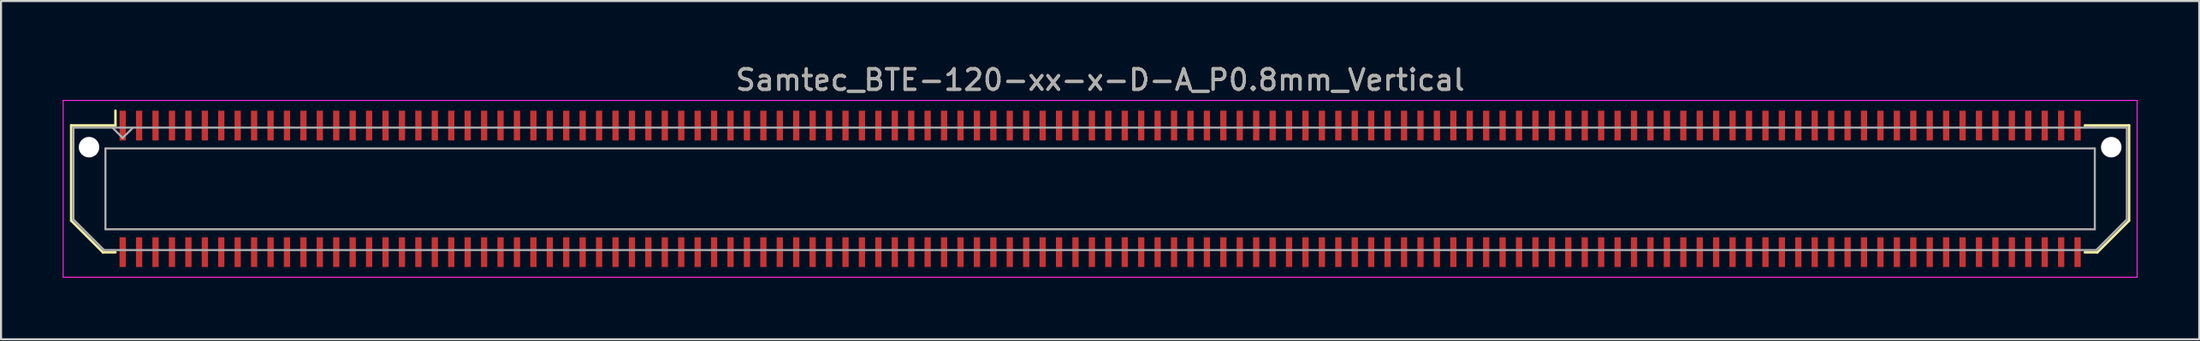
<source format=kicad_pcb>
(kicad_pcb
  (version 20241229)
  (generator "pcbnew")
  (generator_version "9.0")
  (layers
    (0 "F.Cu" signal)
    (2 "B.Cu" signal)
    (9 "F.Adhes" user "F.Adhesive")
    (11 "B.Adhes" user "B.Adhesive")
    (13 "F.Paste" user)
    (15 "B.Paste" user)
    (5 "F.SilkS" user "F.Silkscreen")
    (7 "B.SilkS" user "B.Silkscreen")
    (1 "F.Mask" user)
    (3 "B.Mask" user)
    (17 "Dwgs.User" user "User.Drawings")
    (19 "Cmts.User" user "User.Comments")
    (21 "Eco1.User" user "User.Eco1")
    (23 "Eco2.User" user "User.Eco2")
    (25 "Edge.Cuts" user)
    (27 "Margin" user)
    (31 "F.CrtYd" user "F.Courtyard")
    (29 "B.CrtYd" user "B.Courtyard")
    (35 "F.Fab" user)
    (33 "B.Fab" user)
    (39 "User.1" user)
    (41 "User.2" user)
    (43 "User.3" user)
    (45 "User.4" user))
  (footprint "Samtec_BTE-120-xx-x-D-A_P0.8mm_Vertical"
    (layer "F.Cu")
    (at 50.525 6.158)
    (property "Reference" "Samtec_BTE-120-xx-x-D-A_P0.8mm_Vertical" (at 0 -5.31 0) (layer "F.SilkS") (effects (font (size 1 1) (thickness 0.15))))
    (attr smd)
    (fp_line (start -50.11 -3.095) (end -50.11 1.548) (stroke (width 0.12) (type solid)) (layer "F.SilkS"))
    (fp_line (start -50.11 1.548) (end -48.562 3.095) (stroke (width 0.12) (type solid)) (layer "F.SilkS"))
    (fp_line (start -48.562 3.095) (end -47.953 3.095) (stroke (width 0.12) (type solid)) (layer "F.SilkS"))
    (fp_line (start -47.953 -3.811) (end -47.953 -3.095) (stroke (width 0.12) (type solid)) (layer "F.SilkS"))
    (fp_line (start -47.953 -3.095) (end -50.11 -3.095) (stroke (width 0.12) (type solid)) (layer "F.SilkS"))
    (fp_line (start 47.953 -3.095) (end 50.11 -3.095) (stroke (width 0.12) (type solid)) (layer "F.SilkS"))
    (fp_line (start 48.562 3.095) (end 47.953 3.095) (stroke (width 0.12) (type solid)) (layer "F.SilkS"))
    (fp_line (start 50.11 -3.095) (end 50.11 1.548) (stroke (width 0.12) (type solid)) (layer "F.SilkS"))
    (fp_line (start 50.11 1.548) (end 48.562 3.095) (stroke (width 0.12) (type solid)) (layer "F.SilkS"))
    (fp_line (start -50.5 -4.31) (end -50.5 4.31) (stroke (width 0.05) (type solid)) (layer "F.CrtYd"))
    (fp_line (start -50.5 4.31) (end 50.5 4.31) (stroke (width 0.05) (type solid)) (layer "F.CrtYd"))
    (fp_line (start 50.5 -4.31) (end -50.5 -4.31) (stroke (width 0.05) (type solid)) (layer "F.CrtYd"))
    (fp_line (start 50.5 4.31) (end 50.5 -4.31) (stroke (width 0.05) (type solid)) (layer "F.CrtYd"))
    (fp_line (start -50 -2.985) (end -50 1.492) (stroke (width 0.1) (type solid)) (layer "F.Fab"))
    (fp_line (start -50 -2.985) (end 50 -2.985) (stroke (width 0.1) (type solid)) (layer "F.Fab"))
    (fp_line (start -50 1.492) (end -48.508 2.985) (stroke (width 0.1) (type solid)) (layer "F.Fab"))
    (fp_line (start -48.508 2.985) (end 48.508 2.985) (stroke (width 0.1) (type solid)) (layer "F.Fab"))
    (fp_line (start -48.44 -1.97) (end -48.44 1.97) (stroke (width 0.1) (type solid)) (layer "F.Fab"))
    (fp_line (start -48.44 1.97) (end 48.44 1.97) (stroke (width 0.1) (type solid)) (layer "F.Fab"))
    (fp_line (start -47.6 -2.485) (end -48.1 -2.985) (stroke (width 0.1) (type solid)) (layer "F.Fab"))
    (fp_line (start -47.1 -2.985) (end -47.6 -2.485) (stroke (width 0.1) (type solid)) (layer "F.Fab"))
    (fp_line (start 48.44 -1.97) (end -48.44 -1.97) (stroke (width 0.1) (type solid)) (layer "F.Fab"))
    (fp_line (start 48.44 1.97) (end 48.44 -1.97) (stroke (width 0.1) (type solid)) (layer "F.Fab"))
    (fp_line (start 50 -2.985) (end 50 1.492) (stroke (width 0.1) (type solid)) (layer "F.Fab"))
    (fp_line (start 50 1.492) (end 48.508 2.985) (stroke (width 0.1) (type solid)) (layer "F.Fab"))
    (fp_text user "${REFERENCE}" (at 0 -5.31 0) (layer "F.Fab") (effects (font (size 1 1) (thickness 0.15))))
    (pad "" np_thru_hole circle (at -49.24 -2.032) (size 1 1) (drill 1) (layers "*.Cu" "*.Mask"))
    (pad "" np_thru_hole circle (at 49.24 -2.032) (size 1 1) (drill 1) (layers "*.Cu" "*.Mask"))
    (pad "1" smd rect (at -47.6 -3.086) (size 0.305 1.45) (layers "F.Cu" "F.Mask" "F.Paste"))
    (pad "2" smd rect (at -47.6 3.086) (size 0.305 1.45) (layers "F.Cu" "F.Mask" "F.Paste"))
    (pad "3" smd rect (at -46.8 -3.086) (size 0.305 1.45) (layers "F.Cu" "F.Mask" "F.Paste"))
    (pad "4" smd rect (at -46.8 3.086) (size 0.305 1.45) (layers "F.Cu" "F.Mask" "F.Paste"))
    (pad "5" smd rect (at -46 -3.086) (size 0.305 1.45) (layers "F.Cu" "F.Mask" "F.Paste"))
    (pad "6" smd rect (at -46 3.086) (size 0.305 1.45) (layers "F.Cu" "F.Mask" "F.Paste"))
    (pad "7" smd rect (at -45.2 -3.086) (size 0.305 1.45) (layers "F.Cu" "F.Mask" "F.Paste"))
    (pad "8" smd rect (at -45.2 3.086) (size 0.305 1.45) (layers "F.Cu" "F.Mask" "F.Paste"))
    (pad "9" smd rect (at -44.4 -3.086) (size 0.305 1.45) (layers "F.Cu" "F.Mask" "F.Paste"))
    (pad "10" smd rect (at -44.4 3.086) (size 0.305 1.45) (layers "F.Cu" "F.Mask" "F.Paste"))
    (pad "11" smd rect (at -43.6 -3.086) (size 0.305 1.45) (layers "F.Cu" "F.Mask" "F.Paste"))
    (pad "12" smd rect (at -43.6 3.086) (size 0.305 1.45) (layers "F.Cu" "F.Mask" "F.Paste"))
    (pad "13" smd rect (at -42.8 -3.086) (size 0.305 1.45) (layers "F.Cu" "F.Mask" "F.Paste"))
    (pad "14" smd rect (at -42.8 3.086) (size 0.305 1.45) (layers "F.Cu" "F.Mask" "F.Paste"))
    (pad "15" smd rect (at -42 -3.086) (size 0.305 1.45) (layers "F.Cu" "F.Mask" "F.Paste"))
    (pad "16" smd rect (at -42 3.086) (size 0.305 1.45) (layers "F.Cu" "F.Mask" "F.Paste"))
    (pad "17" smd rect (at -41.2 -3.086) (size 0.305 1.45) (layers "F.Cu" "F.Mask" "F.Paste"))
    (pad "18" smd rect (at -41.2 3.086) (size 0.305 1.45) (layers "F.Cu" "F.Mask" "F.Paste"))
    (pad "19" smd rect (at -40.4 -3.086) (size 0.305 1.45) (layers "F.Cu" "F.Mask" "F.Paste"))
    (pad "20" smd rect (at -40.4 3.086) (size 0.305 1.45) (layers "F.Cu" "F.Mask" "F.Paste"))
    (pad "21" smd rect (at -39.6 -3.086) (size 0.305 1.45) (layers "F.Cu" "F.Mask" "F.Paste"))
    (pad "22" smd rect (at -39.6 3.086) (size 0.305 1.45) (layers "F.Cu" "F.Mask" "F.Paste"))
    (pad "23" smd rect (at -38.8 -3.086) (size 0.305 1.45) (layers "F.Cu" "F.Mask" "F.Paste"))
    (pad "24" smd rect (at -38.8 3.086) (size 0.305 1.45) (layers "F.Cu" "F.Mask" "F.Paste"))
    (pad "25" smd rect (at -38 -3.086) (size 0.305 1.45) (layers "F.Cu" "F.Mask" "F.Paste"))
    (pad "26" smd rect (at -38 3.086) (size 0.305 1.45) (layers "F.Cu" "F.Mask" "F.Paste"))
    (pad "27" smd rect (at -37.2 -3.086) (size 0.305 1.45) (layers "F.Cu" "F.Mask" "F.Paste"))
    (pad "28" smd rect (at -37.2 3.086) (size 0.305 1.45) (layers "F.Cu" "F.Mask" "F.Paste"))
    (pad "29" smd rect (at -36.4 -3.086) (size 0.305 1.45) (layers "F.Cu" "F.Mask" "F.Paste"))
    (pad "30" smd rect (at -36.4 3.086) (size 0.305 1.45) (layers "F.Cu" "F.Mask" "F.Paste"))
    (pad "31" smd rect (at -35.6 -3.086) (size 0.305 1.45) (layers "F.Cu" "F.Mask" "F.Paste"))
    (pad "32" smd rect (at -35.6 3.086) (size 0.305 1.45) (layers "F.Cu" "F.Mask" "F.Paste"))
    (pad "33" smd rect (at -34.8 -3.086) (size 0.305 1.45) (layers "F.Cu" "F.Mask" "F.Paste"))
    (pad "34" smd rect (at -34.8 3.086) (size 0.305 1.45) (layers "F.Cu" "F.Mask" "F.Paste"))
    (pad "35" smd rect (at -34 -3.086) (size 0.305 1.45) (layers "F.Cu" "F.Mask" "F.Paste"))
    (pad "36" smd rect (at -34 3.086) (size 0.305 1.45) (layers "F.Cu" "F.Mask" "F.Paste"))
    (pad "37" smd rect (at -33.2 -3.086) (size 0.305 1.45) (layers "F.Cu" "F.Mask" "F.Paste"))
    (pad "38" smd rect (at -33.2 3.086) (size 0.305 1.45) (layers "F.Cu" "F.Mask" "F.Paste"))
    (pad "39" smd rect (at -32.4 -3.086) (size 0.305 1.45) (layers "F.Cu" "F.Mask" "F.Paste"))
    (pad "40" smd rect (at -32.4 3.086) (size 0.305 1.45) (layers "F.Cu" "F.Mask" "F.Paste"))
    (pad "41" smd rect (at -31.6 -3.086) (size 0.305 1.45) (layers "F.Cu" "F.Mask" "F.Paste"))
    (pad "42" smd rect (at -31.6 3.086) (size 0.305 1.45) (layers "F.Cu" "F.Mask" "F.Paste"))
    (pad "43" smd rect (at -30.8 -3.086) (size 0.305 1.45) (layers "F.Cu" "F.Mask" "F.Paste"))
    (pad "44" smd rect (at -30.8 3.086) (size 0.305 1.45) (layers "F.Cu" "F.Mask" "F.Paste"))
    (pad "45" smd rect (at -30 -3.086) (size 0.305 1.45) (layers "F.Cu" "F.Mask" "F.Paste"))
    (pad "46" smd rect (at -30 3.086) (size 0.305 1.45) (layers "F.Cu" "F.Mask" "F.Paste"))
    (pad "47" smd rect (at -29.2 -3.086) (size 0.305 1.45) (layers "F.Cu" "F.Mask" "F.Paste"))
    (pad "48" smd rect (at -29.2 3.086) (size 0.305 1.45) (layers "F.Cu" "F.Mask" "F.Paste"))
    (pad "49" smd rect (at -28.4 -3.086) (size 0.305 1.45) (layers "F.Cu" "F.Mask" "F.Paste"))
    (pad "50" smd rect (at -28.4 3.086) (size 0.305 1.45) (layers "F.Cu" "F.Mask" "F.Paste"))
    (pad "51" smd rect (at -27.6 -3.086) (size 0.305 1.45) (layers "F.Cu" "F.Mask" "F.Paste"))
    (pad "52" smd rect (at -27.6 3.086) (size 0.305 1.45) (layers "F.Cu" "F.Mask" "F.Paste"))
    (pad "53" smd rect (at -26.8 -3.086) (size 0.305 1.45) (layers "F.Cu" "F.Mask" "F.Paste"))
    (pad "54" smd rect (at -26.8 3.086) (size 0.305 1.45) (layers "F.Cu" "F.Mask" "F.Paste"))
    (pad "55" smd rect (at -26 -3.086) (size 0.305 1.45) (layers "F.Cu" "F.Mask" "F.Paste"))
    (pad "56" smd rect (at -26 3.086) (size 0.305 1.45) (layers "F.Cu" "F.Mask" "F.Paste"))
    (pad "57" smd rect (at -25.2 -3.086) (size 0.305 1.45) (layers "F.Cu" "F.Mask" "F.Paste"))
    (pad "58" smd rect (at -25.2 3.086) (size 0.305 1.45) (layers "F.Cu" "F.Mask" "F.Paste"))
    (pad "59" smd rect (at -24.4 -3.086) (size 0.305 1.45) (layers "F.Cu" "F.Mask" "F.Paste"))
    (pad "60" smd rect (at -24.4 3.086) (size 0.305 1.45) (layers "F.Cu" "F.Mask" "F.Paste"))
    (pad "61" smd rect (at -23.6 -3.086) (size 0.305 1.45) (layers "F.Cu" "F.Mask" "F.Paste"))
    (pad "62" smd rect (at -23.6 3.086) (size 0.305 1.45) (layers "F.Cu" "F.Mask" "F.Paste"))
    (pad "63" smd rect (at -22.8 -3.086) (size 0.305 1.45) (layers "F.Cu" "F.Mask" "F.Paste"))
    (pad "64" smd rect (at -22.8 3.086) (size 0.305 1.45) (layers "F.Cu" "F.Mask" "F.Paste"))
    (pad "65" smd rect (at -22 -3.086) (size 0.305 1.45) (layers "F.Cu" "F.Mask" "F.Paste"))
    (pad "66" smd rect (at -22 3.086) (size 0.305 1.45) (layers "F.Cu" "F.Mask" "F.Paste"))
    (pad "67" smd rect (at -21.2 -3.086) (size 0.305 1.45) (layers "F.Cu" "F.Mask" "F.Paste"))
    (pad "68" smd rect (at -21.2 3.086) (size 0.305 1.45) (layers "F.Cu" "F.Mask" "F.Paste"))
    (pad "69" smd rect (at -20.4 -3.086) (size 0.305 1.45) (layers "F.Cu" "F.Mask" "F.Paste"))
    (pad "70" smd rect (at -20.4 3.086) (size 0.305 1.45) (layers "F.Cu" "F.Mask" "F.Paste"))
    (pad "71" smd rect (at -19.6 -3.086) (size 0.305 1.45) (layers "F.Cu" "F.Mask" "F.Paste"))
    (pad "72" smd rect (at -19.6 3.086) (size 0.305 1.45) (layers "F.Cu" "F.Mask" "F.Paste"))
    (pad "73" smd rect (at -18.8 -3.086) (size 0.305 1.45) (layers "F.Cu" "F.Mask" "F.Paste"))
    (pad "74" smd rect (at -18.8 3.086) (size 0.305 1.45) (layers "F.Cu" "F.Mask" "F.Paste"))
    (pad "75" smd rect (at -18 -3.086) (size 0.305 1.45) (layers "F.Cu" "F.Mask" "F.Paste"))
    (pad "76" smd rect (at -18 3.086) (size 0.305 1.45) (layers "F.Cu" "F.Mask" "F.Paste"))
    (pad "77" smd rect (at -17.2 -3.086) (size 0.305 1.45) (layers "F.Cu" "F.Mask" "F.Paste"))
    (pad "78" smd rect (at -17.2 3.086) (size 0.305 1.45) (layers "F.Cu" "F.Mask" "F.Paste"))
    (pad "79" smd rect (at -16.4 -3.086) (size 0.305 1.45) (layers "F.Cu" "F.Mask" "F.Paste"))
    (pad "80" smd rect (at -16.4 3.086) (size 0.305 1.45) (layers "F.Cu" "F.Mask" "F.Paste"))
    (pad "81" smd rect (at -15.6 -3.086) (size 0.305 1.45) (layers "F.Cu" "F.Mask" "F.Paste"))
    (pad "82" smd rect (at -15.6 3.086) (size 0.305 1.45) (layers "F.Cu" "F.Mask" "F.Paste"))
    (pad "83" smd rect (at -14.8 -3.086) (size 0.305 1.45) (layers "F.Cu" "F.Mask" "F.Paste"))
    (pad "84" smd rect (at -14.8 3.086) (size 0.305 1.45) (layers "F.Cu" "F.Mask" "F.Paste"))
    (pad "85" smd rect (at -14 -3.086) (size 0.305 1.45) (layers "F.Cu" "F.Mask" "F.Paste"))
    (pad "86" smd rect (at -14 3.086) (size 0.305 1.45) (layers "F.Cu" "F.Mask" "F.Paste"))
    (pad "87" smd rect (at -13.2 -3.086) (size 0.305 1.45) (layers "F.Cu" "F.Mask" "F.Paste"))
    (pad "88" smd rect (at -13.2 3.086) (size 0.305 1.45) (layers "F.Cu" "F.Mask" "F.Paste"))
    (pad "89" smd rect (at -12.4 -3.086) (size 0.305 1.45) (layers "F.Cu" "F.Mask" "F.Paste"))
    (pad "90" smd rect (at -12.4 3.086) (size 0.305 1.45) (layers "F.Cu" "F.Mask" "F.Paste"))
    (pad "91" smd rect (at -11.6 -3.086) (size 0.305 1.45) (layers "F.Cu" "F.Mask" "F.Paste"))
    (pad "92" smd rect (at -11.6 3.086) (size 0.305 1.45) (layers "F.Cu" "F.Mask" "F.Paste"))
    (pad "93" smd rect (at -10.8 -3.086) (size 0.305 1.45) (layers "F.Cu" "F.Mask" "F.Paste"))
    (pad "94" smd rect (at -10.8 3.086) (size 0.305 1.45) (layers "F.Cu" "F.Mask" "F.Paste"))
    (pad "95" smd rect (at -10 -3.086) (size 0.305 1.45) (layers "F.Cu" "F.Mask" "F.Paste"))
    (pad "96" smd rect (at -10 3.086) (size 0.305 1.45) (layers "F.Cu" "F.Mask" "F.Paste"))
    (pad "97" smd rect (at -9.2 -3.086) (size 0.305 1.45) (layers "F.Cu" "F.Mask" "F.Paste"))
    (pad "98" smd rect (at -9.2 3.086) (size 0.305 1.45) (layers "F.Cu" "F.Mask" "F.Paste"))
    (pad "99" smd rect (at -8.4 -3.086) (size 0.305 1.45) (layers "F.Cu" "F.Mask" "F.Paste"))
    (pad "100" smd rect (at -8.4 3.086) (size 0.305 1.45) (layers "F.Cu" "F.Mask" "F.Paste"))
    (pad "101" smd rect (at -7.6 -3.086) (size 0.305 1.45) (layers "F.Cu" "F.Mask" "F.Paste"))
    (pad "102" smd rect (at -7.6 3.086) (size 0.305 1.45) (layers "F.Cu" "F.Mask" "F.Paste"))
    (pad "103" smd rect (at -6.8 -3.086) (size 0.305 1.45) (layers "F.Cu" "F.Mask" "F.Paste"))
    (pad "104" smd rect (at -6.8 3.086) (size 0.305 1.45) (layers "F.Cu" "F.Mask" "F.Paste"))
    (pad "105" smd rect (at -6 -3.086) (size 0.305 1.45) (layers "F.Cu" "F.Mask" "F.Paste"))
    (pad "106" smd rect (at -6 3.086) (size 0.305 1.45) (layers "F.Cu" "F.Mask" "F.Paste"))
    (pad "107" smd rect (at -5.2 -3.086) (size 0.305 1.45) (layers "F.Cu" "F.Mask" "F.Paste"))
    (pad "108" smd rect (at -5.2 3.086) (size 0.305 1.45) (layers "F.Cu" "F.Mask" "F.Paste"))
    (pad "109" smd rect (at -4.4 -3.086) (size 0.305 1.45) (layers "F.Cu" "F.Mask" "F.Paste"))
    (pad "110" smd rect (at -4.4 3.086) (size 0.305 1.45) (layers "F.Cu" "F.Mask" "F.Paste"))
    (pad "111" smd rect (at -3.6 -3.086) (size 0.305 1.45) (layers "F.Cu" "F.Mask" "F.Paste"))
    (pad "112" smd rect (at -3.6 3.086) (size 0.305 1.45) (layers "F.Cu" "F.Mask" "F.Paste"))
    (pad "113" smd rect (at -2.8 -3.086) (size 0.305 1.45) (layers "F.Cu" "F.Mask" "F.Paste"))
    (pad "114" smd rect (at -2.8 3.086) (size 0.305 1.45) (layers "F.Cu" "F.Mask" "F.Paste"))
    (pad "115" smd rect (at -2 -3.086) (size 0.305 1.45) (layers "F.Cu" "F.Mask" "F.Paste"))
    (pad "116" smd rect (at -2 3.086) (size 0.305 1.45) (layers "F.Cu" "F.Mask" "F.Paste"))
    (pad "117" smd rect (at -1.2 -3.086) (size 0.305 1.45) (layers "F.Cu" "F.Mask" "F.Paste"))
    (pad "118" smd rect (at -1.2 3.086) (size 0.305 1.45) (layers "F.Cu" "F.Mask" "F.Paste"))
    (pad "119" smd rect (at -0.4 -3.086) (size 0.305 1.45) (layers "F.Cu" "F.Mask" "F.Paste"))
    (pad "120" smd rect (at -0.4 3.086) (size 0.305 1.45) (layers "F.Cu" "F.Mask" "F.Paste"))
    (pad "121" smd rect (at 0.4 -3.086) (size 0.305 1.45) (layers "F.Cu" "F.Mask" "F.Paste"))
    (pad "122" smd rect (at 0.4 3.086) (size 0.305 1.45) (layers "F.Cu" "F.Mask" "F.Paste"))
    (pad "123" smd rect (at 1.2 -3.086) (size 0.305 1.45) (layers "F.Cu" "F.Mask" "F.Paste"))
    (pad "124" smd rect (at 1.2 3.086) (size 0.305 1.45) (layers "F.Cu" "F.Mask" "F.Paste"))
    (pad "125" smd rect (at 2 -3.086) (size 0.305 1.45) (layers "F.Cu" "F.Mask" "F.Paste"))
    (pad "126" smd rect (at 2 3.086) (size 0.305 1.45) (layers "F.Cu" "F.Mask" "F.Paste"))
    (pad "127" smd rect (at 2.8 -3.086) (size 0.305 1.45) (layers "F.Cu" "F.Mask" "F.Paste"))
    (pad "128" smd rect (at 2.8 3.086) (size 0.305 1.45) (layers "F.Cu" "F.Mask" "F.Paste"))
    (pad "129" smd rect (at 3.6 -3.086) (size 0.305 1.45) (layers "F.Cu" "F.Mask" "F.Paste"))
    (pad "130" smd rect (at 3.6 3.086) (size 0.305 1.45) (layers "F.Cu" "F.Mask" "F.Paste"))
    (pad "131" smd rect (at 4.4 -3.086) (size 0.305 1.45) (layers "F.Cu" "F.Mask" "F.Paste"))
    (pad "132" smd rect (at 4.4 3.086) (size 0.305 1.45) (layers "F.Cu" "F.Mask" "F.Paste"))
    (pad "133" smd rect (at 5.2 -3.086) (size 0.305 1.45) (layers "F.Cu" "F.Mask" "F.Paste"))
    (pad "134" smd rect (at 5.2 3.086) (size 0.305 1.45) (layers "F.Cu" "F.Mask" "F.Paste"))
    (pad "135" smd rect (at 6 -3.086) (size 0.305 1.45) (layers "F.Cu" "F.Mask" "F.Paste"))
    (pad "136" smd rect (at 6 3.086) (size 0.305 1.45) (layers "F.Cu" "F.Mask" "F.Paste"))
    (pad "137" smd rect (at 6.8 -3.086) (size 0.305 1.45) (layers "F.Cu" "F.Mask" "F.Paste"))
    (pad "138" smd rect (at 6.8 3.086) (size 0.305 1.45) (layers "F.Cu" "F.Mask" "F.Paste"))
    (pad "139" smd rect (at 7.6 -3.086) (size 0.305 1.45) (layers "F.Cu" "F.Mask" "F.Paste"))
    (pad "140" smd rect (at 7.6 3.086) (size 0.305 1.45) (layers "F.Cu" "F.Mask" "F.Paste"))
    (pad "141" smd rect (at 8.4 -3.086) (size 0.305 1.45) (layers "F.Cu" "F.Mask" "F.Paste"))
    (pad "142" smd rect (at 8.4 3.086) (size 0.305 1.45) (layers "F.Cu" "F.Mask" "F.Paste"))
    (pad "143" smd rect (at 9.2 -3.086) (size 0.305 1.45) (layers "F.Cu" "F.Mask" "F.Paste"))
    (pad "144" smd rect (at 9.2 3.086) (size 0.305 1.45) (layers "F.Cu" "F.Mask" "F.Paste"))
    (pad "145" smd rect (at 10 -3.086) (size 0.305 1.45) (layers "F.Cu" "F.Mask" "F.Paste"))
    (pad "146" smd rect (at 10 3.086) (size 0.305 1.45) (layers "F.Cu" "F.Mask" "F.Paste"))
    (pad "147" smd rect (at 10.8 -3.086) (size 0.305 1.45) (layers "F.Cu" "F.Mask" "F.Paste"))
    (pad "148" smd rect (at 10.8 3.086) (size 0.305 1.45) (layers "F.Cu" "F.Mask" "F.Paste"))
    (pad "149" smd rect (at 11.6 -3.086) (size 0.305 1.45) (layers "F.Cu" "F.Mask" "F.Paste"))
    (pad "150" smd rect (at 11.6 3.086) (size 0.305 1.45) (layers "F.Cu" "F.Mask" "F.Paste"))
    (pad "151" smd rect (at 12.4 -3.086) (size 0.305 1.45) (layers "F.Cu" "F.Mask" "F.Paste"))
    (pad "152" smd rect (at 12.4 3.086) (size 0.305 1.45) (layers "F.Cu" "F.Mask" "F.Paste"))
    (pad "153" smd rect (at 13.2 -3.086) (size 0.305 1.45) (layers "F.Cu" "F.Mask" "F.Paste"))
    (pad "154" smd rect (at 13.2 3.086) (size 0.305 1.45) (layers "F.Cu" "F.Mask" "F.Paste"))
    (pad "155" smd rect (at 14 -3.086) (size 0.305 1.45) (layers "F.Cu" "F.Mask" "F.Paste"))
    (pad "156" smd rect (at 14 3.086) (size 0.305 1.45) (layers "F.Cu" "F.Mask" "F.Paste"))
    (pad "157" smd rect (at 14.8 -3.086) (size 0.305 1.45) (layers "F.Cu" "F.Mask" "F.Paste"))
    (pad "158" smd rect (at 14.8 3.086) (size 0.305 1.45) (layers "F.Cu" "F.Mask" "F.Paste"))
    (pad "159" smd rect (at 15.6 -3.086) (size 0.305 1.45) (layers "F.Cu" "F.Mask" "F.Paste"))
    (pad "160" smd rect (at 15.6 3.086) (size 0.305 1.45) (layers "F.Cu" "F.Mask" "F.Paste"))
    (pad "161" smd rect (at 16.4 -3.086) (size 0.305 1.45) (layers "F.Cu" "F.Mask" "F.Paste"))
    (pad "162" smd rect (at 16.4 3.086) (size 0.305 1.45) (layers "F.Cu" "F.Mask" "F.Paste"))
    (pad "163" smd rect (at 17.2 -3.086) (size 0.305 1.45) (layers "F.Cu" "F.Mask" "F.Paste"))
    (pad "164" smd rect (at 17.2 3.086) (size 0.305 1.45) (layers "F.Cu" "F.Mask" "F.Paste"))
    (pad "165" smd rect (at 18 -3.086) (size 0.305 1.45) (layers "F.Cu" "F.Mask" "F.Paste"))
    (pad "166" smd rect (at 18 3.086) (size 0.305 1.45) (layers "F.Cu" "F.Mask" "F.Paste"))
    (pad "167" smd rect (at 18.8 -3.086) (size 0.305 1.45) (layers "F.Cu" "F.Mask" "F.Paste"))
    (pad "168" smd rect (at 18.8 3.086) (size 0.305 1.45) (layers "F.Cu" "F.Mask" "F.Paste"))
    (pad "169" smd rect (at 19.6 -3.086) (size 0.305 1.45) (layers "F.Cu" "F.Mask" "F.Paste"))
    (pad "170" smd rect (at 19.6 3.086) (size 0.305 1.45) (layers "F.Cu" "F.Mask" "F.Paste"))
    (pad "171" smd rect (at 20.4 -3.086) (size 0.305 1.45) (layers "F.Cu" "F.Mask" "F.Paste"))
    (pad "172" smd rect (at 20.4 3.086) (size 0.305 1.45) (layers "F.Cu" "F.Mask" "F.Paste"))
    (pad "173" smd rect (at 21.2 -3.086) (size 0.305 1.45) (layers "F.Cu" "F.Mask" "F.Paste"))
    (pad "174" smd rect (at 21.2 3.086) (size 0.305 1.45) (layers "F.Cu" "F.Mask" "F.Paste"))
    (pad "175" smd rect (at 22 -3.086) (size 0.305 1.45) (layers "F.Cu" "F.Mask" "F.Paste"))
    (pad "176" smd rect (at 22 3.086) (size 0.305 1.45) (layers "F.Cu" "F.Mask" "F.Paste"))
    (pad "177" smd rect (at 22.8 -3.086) (size 0.305 1.45) (layers "F.Cu" "F.Mask" "F.Paste"))
    (pad "178" smd rect (at 22.8 3.086) (size 0.305 1.45) (layers "F.Cu" "F.Mask" "F.Paste"))
    (pad "179" smd rect (at 23.6 -3.086) (size 0.305 1.45) (layers "F.Cu" "F.Mask" "F.Paste"))
    (pad "180" smd rect (at 23.6 3.086) (size 0.305 1.45) (layers "F.Cu" "F.Mask" "F.Paste"))
    (pad "181" smd rect (at 24.4 -3.086) (size 0.305 1.45) (layers "F.Cu" "F.Mask" "F.Paste"))
    (pad "182" smd rect (at 24.4 3.086) (size 0.305 1.45) (layers "F.Cu" "F.Mask" "F.Paste"))
    (pad "183" smd rect (at 25.2 -3.086) (size 0.305 1.45) (layers "F.Cu" "F.Mask" "F.Paste"))
    (pad "184" smd rect (at 25.2 3.086) (size 0.305 1.45) (layers "F.Cu" "F.Mask" "F.Paste"))
    (pad "185" smd rect (at 26 -3.086) (size 0.305 1.45) (layers "F.Cu" "F.Mask" "F.Paste"))
    (pad "186" smd rect (at 26 3.086) (size 0.305 1.45) (layers "F.Cu" "F.Mask" "F.Paste"))
    (pad "187" smd rect (at 26.8 -3.086) (size 0.305 1.45) (layers "F.Cu" "F.Mask" "F.Paste"))
    (pad "188" smd rect (at 26.8 3.086) (size 0.305 1.45) (layers "F.Cu" "F.Mask" "F.Paste"))
    (pad "189" smd rect (at 27.6 -3.086) (size 0.305 1.45) (layers "F.Cu" "F.Mask" "F.Paste"))
    (pad "190" smd rect (at 27.6 3.086) (size 0.305 1.45) (layers "F.Cu" "F.Mask" "F.Paste"))
    (pad "191" smd rect (at 28.4 -3.086) (size 0.305 1.45) (layers "F.Cu" "F.Mask" "F.Paste"))
    (pad "192" smd rect (at 28.4 3.086) (size 0.305 1.45) (layers "F.Cu" "F.Mask" "F.Paste"))
    (pad "193" smd rect (at 29.2 -3.086) (size 0.305 1.45) (layers "F.Cu" "F.Mask" "F.Paste"))
    (pad "194" smd rect (at 29.2 3.086) (size 0.305 1.45) (layers "F.Cu" "F.Mask" "F.Paste"))
    (pad "195" smd rect (at 30 -3.086) (size 0.305 1.45) (layers "F.Cu" "F.Mask" "F.Paste"))
    (pad "196" smd rect (at 30 3.086) (size 0.305 1.45) (layers "F.Cu" "F.Mask" "F.Paste"))
    (pad "197" smd rect (at 30.8 -3.086) (size 0.305 1.45) (layers "F.Cu" "F.Mask" "F.Paste"))
    (pad "198" smd rect (at 30.8 3.086) (size 0.305 1.45) (layers "F.Cu" "F.Mask" "F.Paste"))
    (pad "199" smd rect (at 31.6 -3.086) (size 0.305 1.45) (layers "F.Cu" "F.Mask" "F.Paste"))
    (pad "200" smd rect (at 31.6 3.086) (size 0.305 1.45) (layers "F.Cu" "F.Mask" "F.Paste"))
    (pad "201" smd rect (at 32.4 -3.086) (size 0.305 1.45) (layers "F.Cu" "F.Mask" "F.Paste"))
    (pad "202" smd rect (at 32.4 3.086) (size 0.305 1.45) (layers "F.Cu" "F.Mask" "F.Paste"))
    (pad "203" smd rect (at 33.2 -3.086) (size 0.305 1.45) (layers "F.Cu" "F.Mask" "F.Paste"))
    (pad "204" smd rect (at 33.2 3.086) (size 0.305 1.45) (layers "F.Cu" "F.Mask" "F.Paste"))
    (pad "205" smd rect (at 34 -3.086) (size 0.305 1.45) (layers "F.Cu" "F.Mask" "F.Paste"))
    (pad "206" smd rect (at 34 3.086) (size 0.305 1.45) (layers "F.Cu" "F.Mask" "F.Paste"))
    (pad "207" smd rect (at 34.8 -3.086) (size 0.305 1.45) (layers "F.Cu" "F.Mask" "F.Paste"))
    (pad "208" smd rect (at 34.8 3.086) (size 0.305 1.45) (layers "F.Cu" "F.Mask" "F.Paste"))
    (pad "209" smd rect (at 35.6 -3.086) (size 0.305 1.45) (layers "F.Cu" "F.Mask" "F.Paste"))
    (pad "210" smd rect (at 35.6 3.086) (size 0.305 1.45) (layers "F.Cu" "F.Mask" "F.Paste"))
    (pad "211" smd rect (at 36.4 -3.086) (size 0.305 1.45) (layers "F.Cu" "F.Mask" "F.Paste"))
    (pad "212" smd rect (at 36.4 3.086) (size 0.305 1.45) (layers "F.Cu" "F.Mask" "F.Paste"))
    (pad "213" smd rect (at 37.2 -3.086) (size 0.305 1.45) (layers "F.Cu" "F.Mask" "F.Paste"))
    (pad "214" smd rect (at 37.2 3.086) (size 0.305 1.45) (layers "F.Cu" "F.Mask" "F.Paste"))
    (pad "215" smd rect (at 38 -3.086) (size 0.305 1.45) (layers "F.Cu" "F.Mask" "F.Paste"))
    (pad "216" smd rect (at 38 3.086) (size 0.305 1.45) (layers "F.Cu" "F.Mask" "F.Paste"))
    (pad "217" smd rect (at 38.8 -3.086) (size 0.305 1.45) (layers "F.Cu" "F.Mask" "F.Paste"))
    (pad "218" smd rect (at 38.8 3.086) (size 0.305 1.45) (layers "F.Cu" "F.Mask" "F.Paste"))
    (pad "219" smd rect (at 39.6 -3.086) (size 0.305 1.45) (layers "F.Cu" "F.Mask" "F.Paste"))
    (pad "220" smd rect (at 39.6 3.086) (size 0.305 1.45) (layers "F.Cu" "F.Mask" "F.Paste"))
    (pad "221" smd rect (at 40.4 -3.086) (size 0.305 1.45) (layers "F.Cu" "F.Mask" "F.Paste"))
    (pad "222" smd rect (at 40.4 3.086) (size 0.305 1.45) (layers "F.Cu" "F.Mask" "F.Paste"))
    (pad "223" smd rect (at 41.2 -3.086) (size 0.305 1.45) (layers "F.Cu" "F.Mask" "F.Paste"))
    (pad "224" smd rect (at 41.2 3.086) (size 0.305 1.45) (layers "F.Cu" "F.Mask" "F.Paste"))
    (pad "225" smd rect (at 42 -3.086) (size 0.305 1.45) (layers "F.Cu" "F.Mask" "F.Paste"))
    (pad "226" smd rect (at 42 3.086) (size 0.305 1.45) (layers "F.Cu" "F.Mask" "F.Paste"))
    (pad "227" smd rect (at 42.8 -3.086) (size 0.305 1.45) (layers "F.Cu" "F.Mask" "F.Paste"))
    (pad "228" smd rect (at 42.8 3.086) (size 0.305 1.45) (layers "F.Cu" "F.Mask" "F.Paste"))
    (pad "229" smd rect (at 43.6 -3.086) (size 0.305 1.45) (layers "F.Cu" "F.Mask" "F.Paste"))
    (pad "230" smd rect (at 43.6 3.086) (size 0.305 1.45) (layers "F.Cu" "F.Mask" "F.Paste"))
    (pad "231" smd rect (at 44.4 -3.086) (size 0.305 1.45) (layers "F.Cu" "F.Mask" "F.Paste"))
    (pad "232" smd rect (at 44.4 3.086) (size 0.305 1.45) (layers "F.Cu" "F.Mask" "F.Paste"))
    (pad "233" smd rect (at 45.2 -3.086) (size 0.305 1.45) (layers "F.Cu" "F.Mask" "F.Paste"))
    (pad "234" smd rect (at 45.2 3.086) (size 0.305 1.45) (layers "F.Cu" "F.Mask" "F.Paste"))
    (pad "235" smd rect (at 46 -3.086) (size 0.305 1.45) (layers "F.Cu" "F.Mask" "F.Paste"))
    (pad "236" smd rect (at 46 3.086) (size 0.305 1.45) (layers "F.Cu" "F.Mask" "F.Paste"))
    (pad "237" smd rect (at 46.8 -3.086) (size 0.305 1.45) (layers "F.Cu" "F.Mask" "F.Paste"))
    (pad "238" smd rect (at 46.8 3.086) (size 0.305 1.45) (layers "F.Cu" "F.Mask" "F.Paste"))
    (pad "239" smd rect (at 47.6 -3.086) (size 0.305 1.45) (layers "F.Cu" "F.Mask" "F.Paste"))
    (pad "240" smd rect (at 47.6 3.086) (size 0.305 1.45) (layers "F.Cu" "F.Mask" "F.Paste")))
  (gr_rect
    (start -3 -3)
    (end 104.05 13.493)
    (stroke (width 0.1) (type default))
    (fill no)
    (layer "Edge.Cuts")))
</source>
